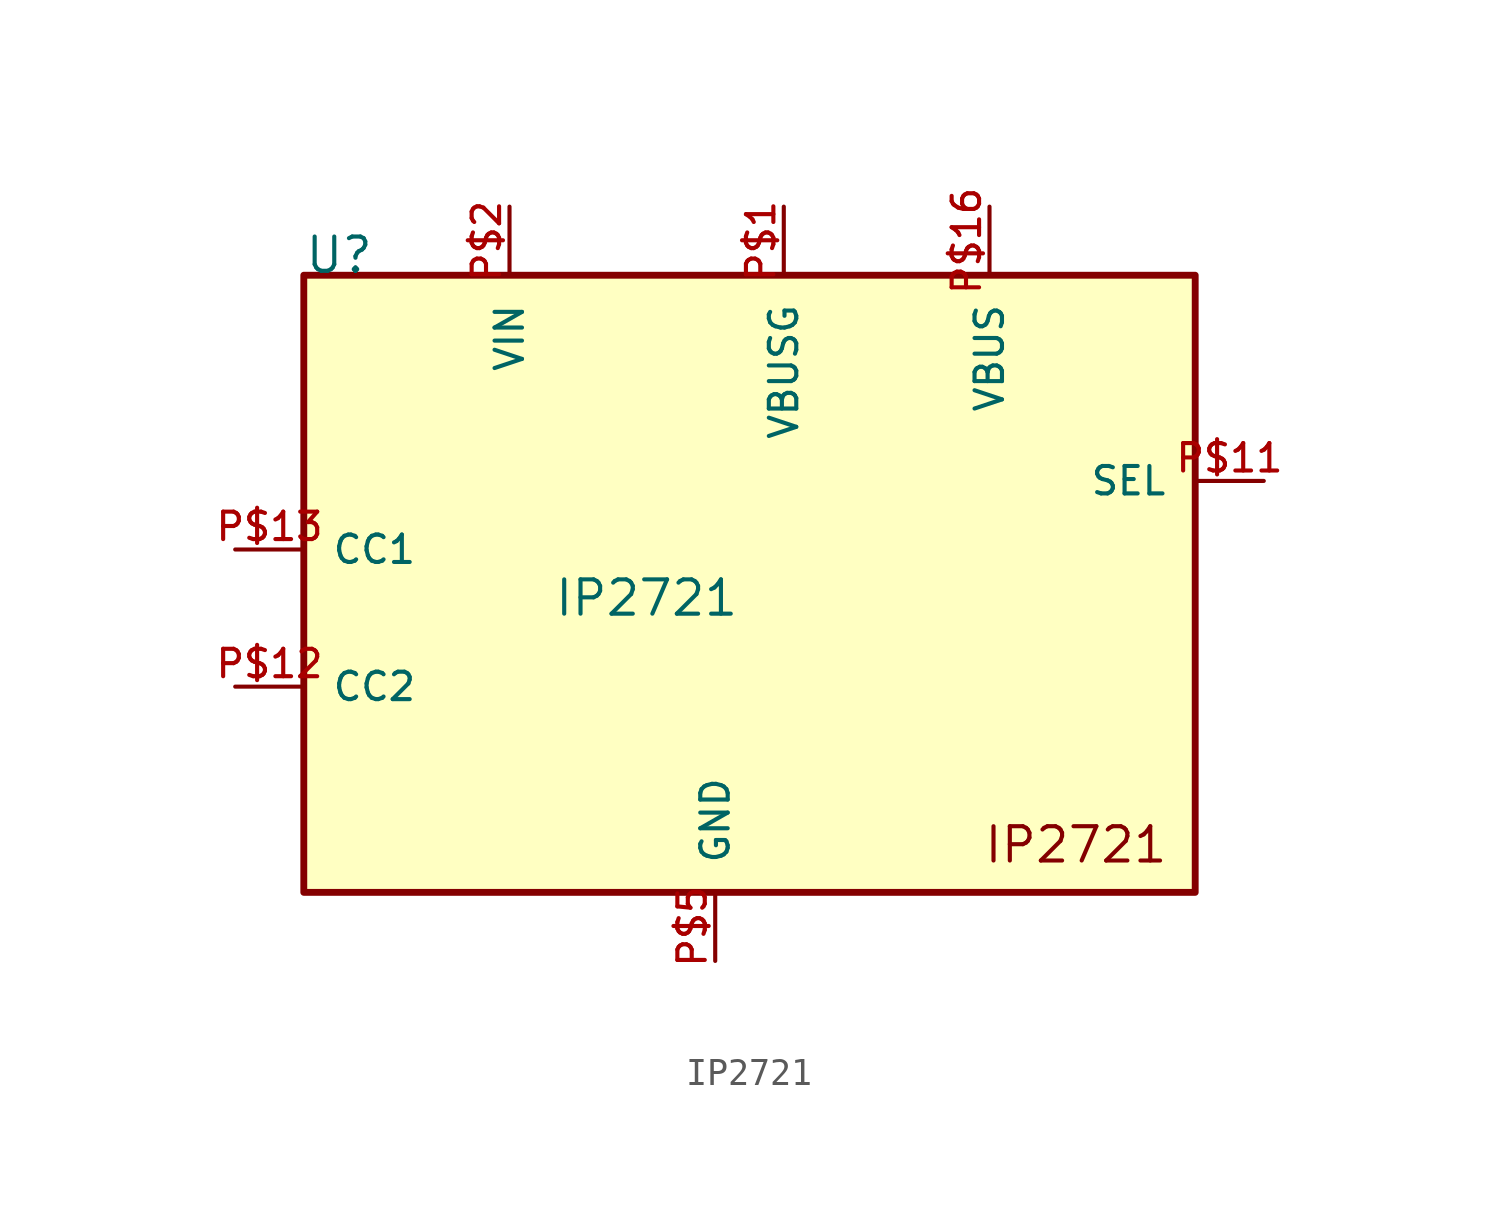
<source format=kicad_sym>
(kicad_symbol_lib
  (version 20211014)
  (generator kicad_symbol_editor)
  (symbol "IP2721"
    (pin_names
      (offset 1.016))
    (property "Reference" "U"
      (at -12.7 12.7 0)
      (effects (font (size 1.27 1.27)) (justify bottom left)))
    (property "Value" "IP2721"
      (at 0 0.0 0)
      (effects (font (size 1.27 1.27)) (justify bottom)))
    (symbol "IP2721_0_0"
      (text "IP2721" (at 12.446 -9.144 0) (effects (font (size 1.27 1.27)) (justify bottom left)))
      (rectangle (start -12.7 -10.16) (end 20.32 12.7) (stroke (width 0.254)) (fill (type background)))
      (pin bidirectional line (at -15.24 2.54 0) (length 2.54) (name "CC1" (effects (font (size 1.016 1.016)))) (number "P$13" (effects (font (size 1.016 1.016)))))
      (pin bidirectional line (at -15.24 -2.54 0) (length 2.54) (name "CC2" (effects (font (size 1.016 1.016)))) (number "P$12" (effects (font (size 1.016 1.016)))))
      (pin bidirectional line (at 2.54 -12.7 90.0) (length 2.54) (name "GND" (effects (font (size 1.016 1.016)))) (number "P$5" (effects (font (size 1.016 1.016)))))
      (pin bidirectional line (at 22.86 5.08 180.0) (length 2.54) (name "SEL" (effects (font (size 1.016 1.016)))) (number "P$11" (effects (font (size 1.016 1.016)))))
      (pin bidirectional line (at 12.7 15.24 270.0) (length 2.54) (name "VBUS" (effects (font (size 1.016 1.016)))) (number "P$16" (effects (font (size 1.016 1.016)))))
      (pin bidirectional line (at 5.08 15.24 270.0) (length 2.54) (name "VBUSG" (effects (font (size 1.016 1.016)))) (number "P$1" (effects (font (size 1.016 1.016)))))
      (pin bidirectional line (at -5.08 15.24 270.0) (length 2.54) (name "VIN" (effects (font (size 1.016 1.016)))) (number "P$2" (effects (font (size 1.016 1.016))))))))
</source>
